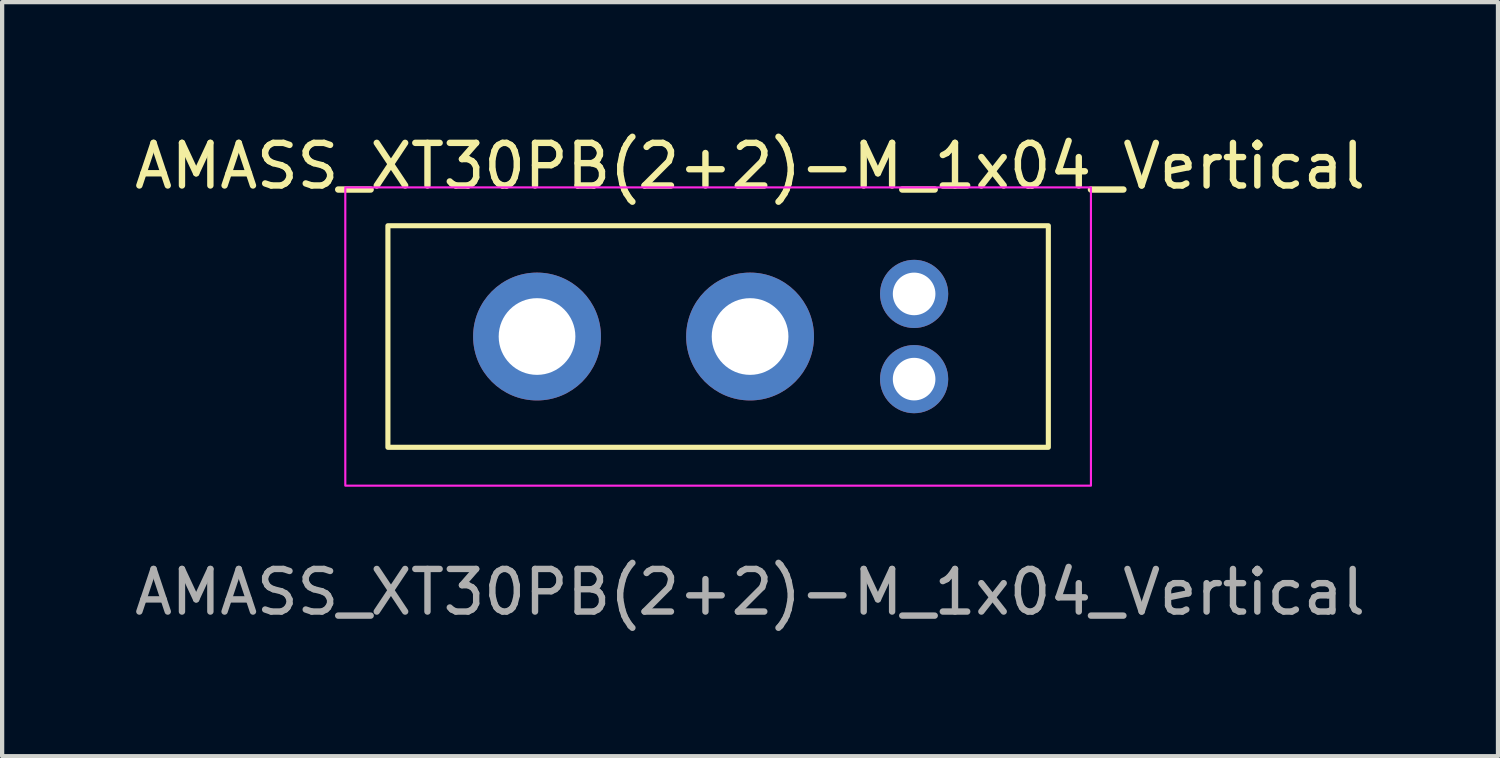
<source format=kicad_pcb>
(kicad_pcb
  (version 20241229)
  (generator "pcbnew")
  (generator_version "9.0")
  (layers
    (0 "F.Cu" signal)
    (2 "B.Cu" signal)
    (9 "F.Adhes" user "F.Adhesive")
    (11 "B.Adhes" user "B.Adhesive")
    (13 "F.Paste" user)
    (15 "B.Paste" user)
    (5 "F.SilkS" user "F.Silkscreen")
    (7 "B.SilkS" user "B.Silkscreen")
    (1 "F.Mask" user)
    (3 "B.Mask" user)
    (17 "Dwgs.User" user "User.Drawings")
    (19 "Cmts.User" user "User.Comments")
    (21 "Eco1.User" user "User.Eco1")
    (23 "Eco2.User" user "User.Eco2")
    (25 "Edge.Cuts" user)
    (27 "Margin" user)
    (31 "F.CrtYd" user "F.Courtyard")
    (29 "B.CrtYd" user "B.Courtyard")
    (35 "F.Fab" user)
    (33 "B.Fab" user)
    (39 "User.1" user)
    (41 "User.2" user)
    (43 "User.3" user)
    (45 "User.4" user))
  (footprint "AMASS_XT30PB(2+2)-M_1x04_Vertical"
    (layer "F.Cu")
    (at 9.554 4.848)
    (property "Reference" "AMASS_XT30PB(2+2)-M_1x04_Vertical" (at 5 -4 0) (unlocked yes) (layer "F.SilkS") (effects (font (size 1 1) (thickness 0.15))))
    (attr through_hole)
    (fp_rect (start -3.5 -2.6) (end 12 2.6) (stroke (width 0.12) (type default)) (fill no) (layer "F.SilkS"))
    (fp_rect (start -4.5 -3.5) (end 13 3.5) (stroke (width 0.05) (type default)) (fill no) (layer "F.CrtYd"))
    (fp_text user "${REFERENCE}" (at 5 6 0) (unlocked yes) (layer "F.Fab") (effects (font (size 1 1) (thickness 0.15))))
    (pad "1" thru_hole circle (at 0 0 180) (size 3 3) (drill 1.8) (layers "*.Cu" "*.Mask"))
    (pad "2" thru_hole circle (at 5 0 180) (size 3 3) (drill 1.8) (layers "*.Cu" "*.Mask"))
    (pad "3" thru_hole circle (at 8.85 -1 180) (size 1.6 1.6) (drill 1) (layers "*.Cu" "*.Mask"))
    (pad "4" thru_hole circle (at 8.85 1 180) (size 1.6 1.6) (drill 1) (layers "*.Cu" "*.Mask")))
  (gr_rect
    (start -3 -3)
    (end 32.107 14.697)
    (stroke (width 0.1) (type default))
    (fill no)
    (layer "Edge.Cuts")))
</source>
